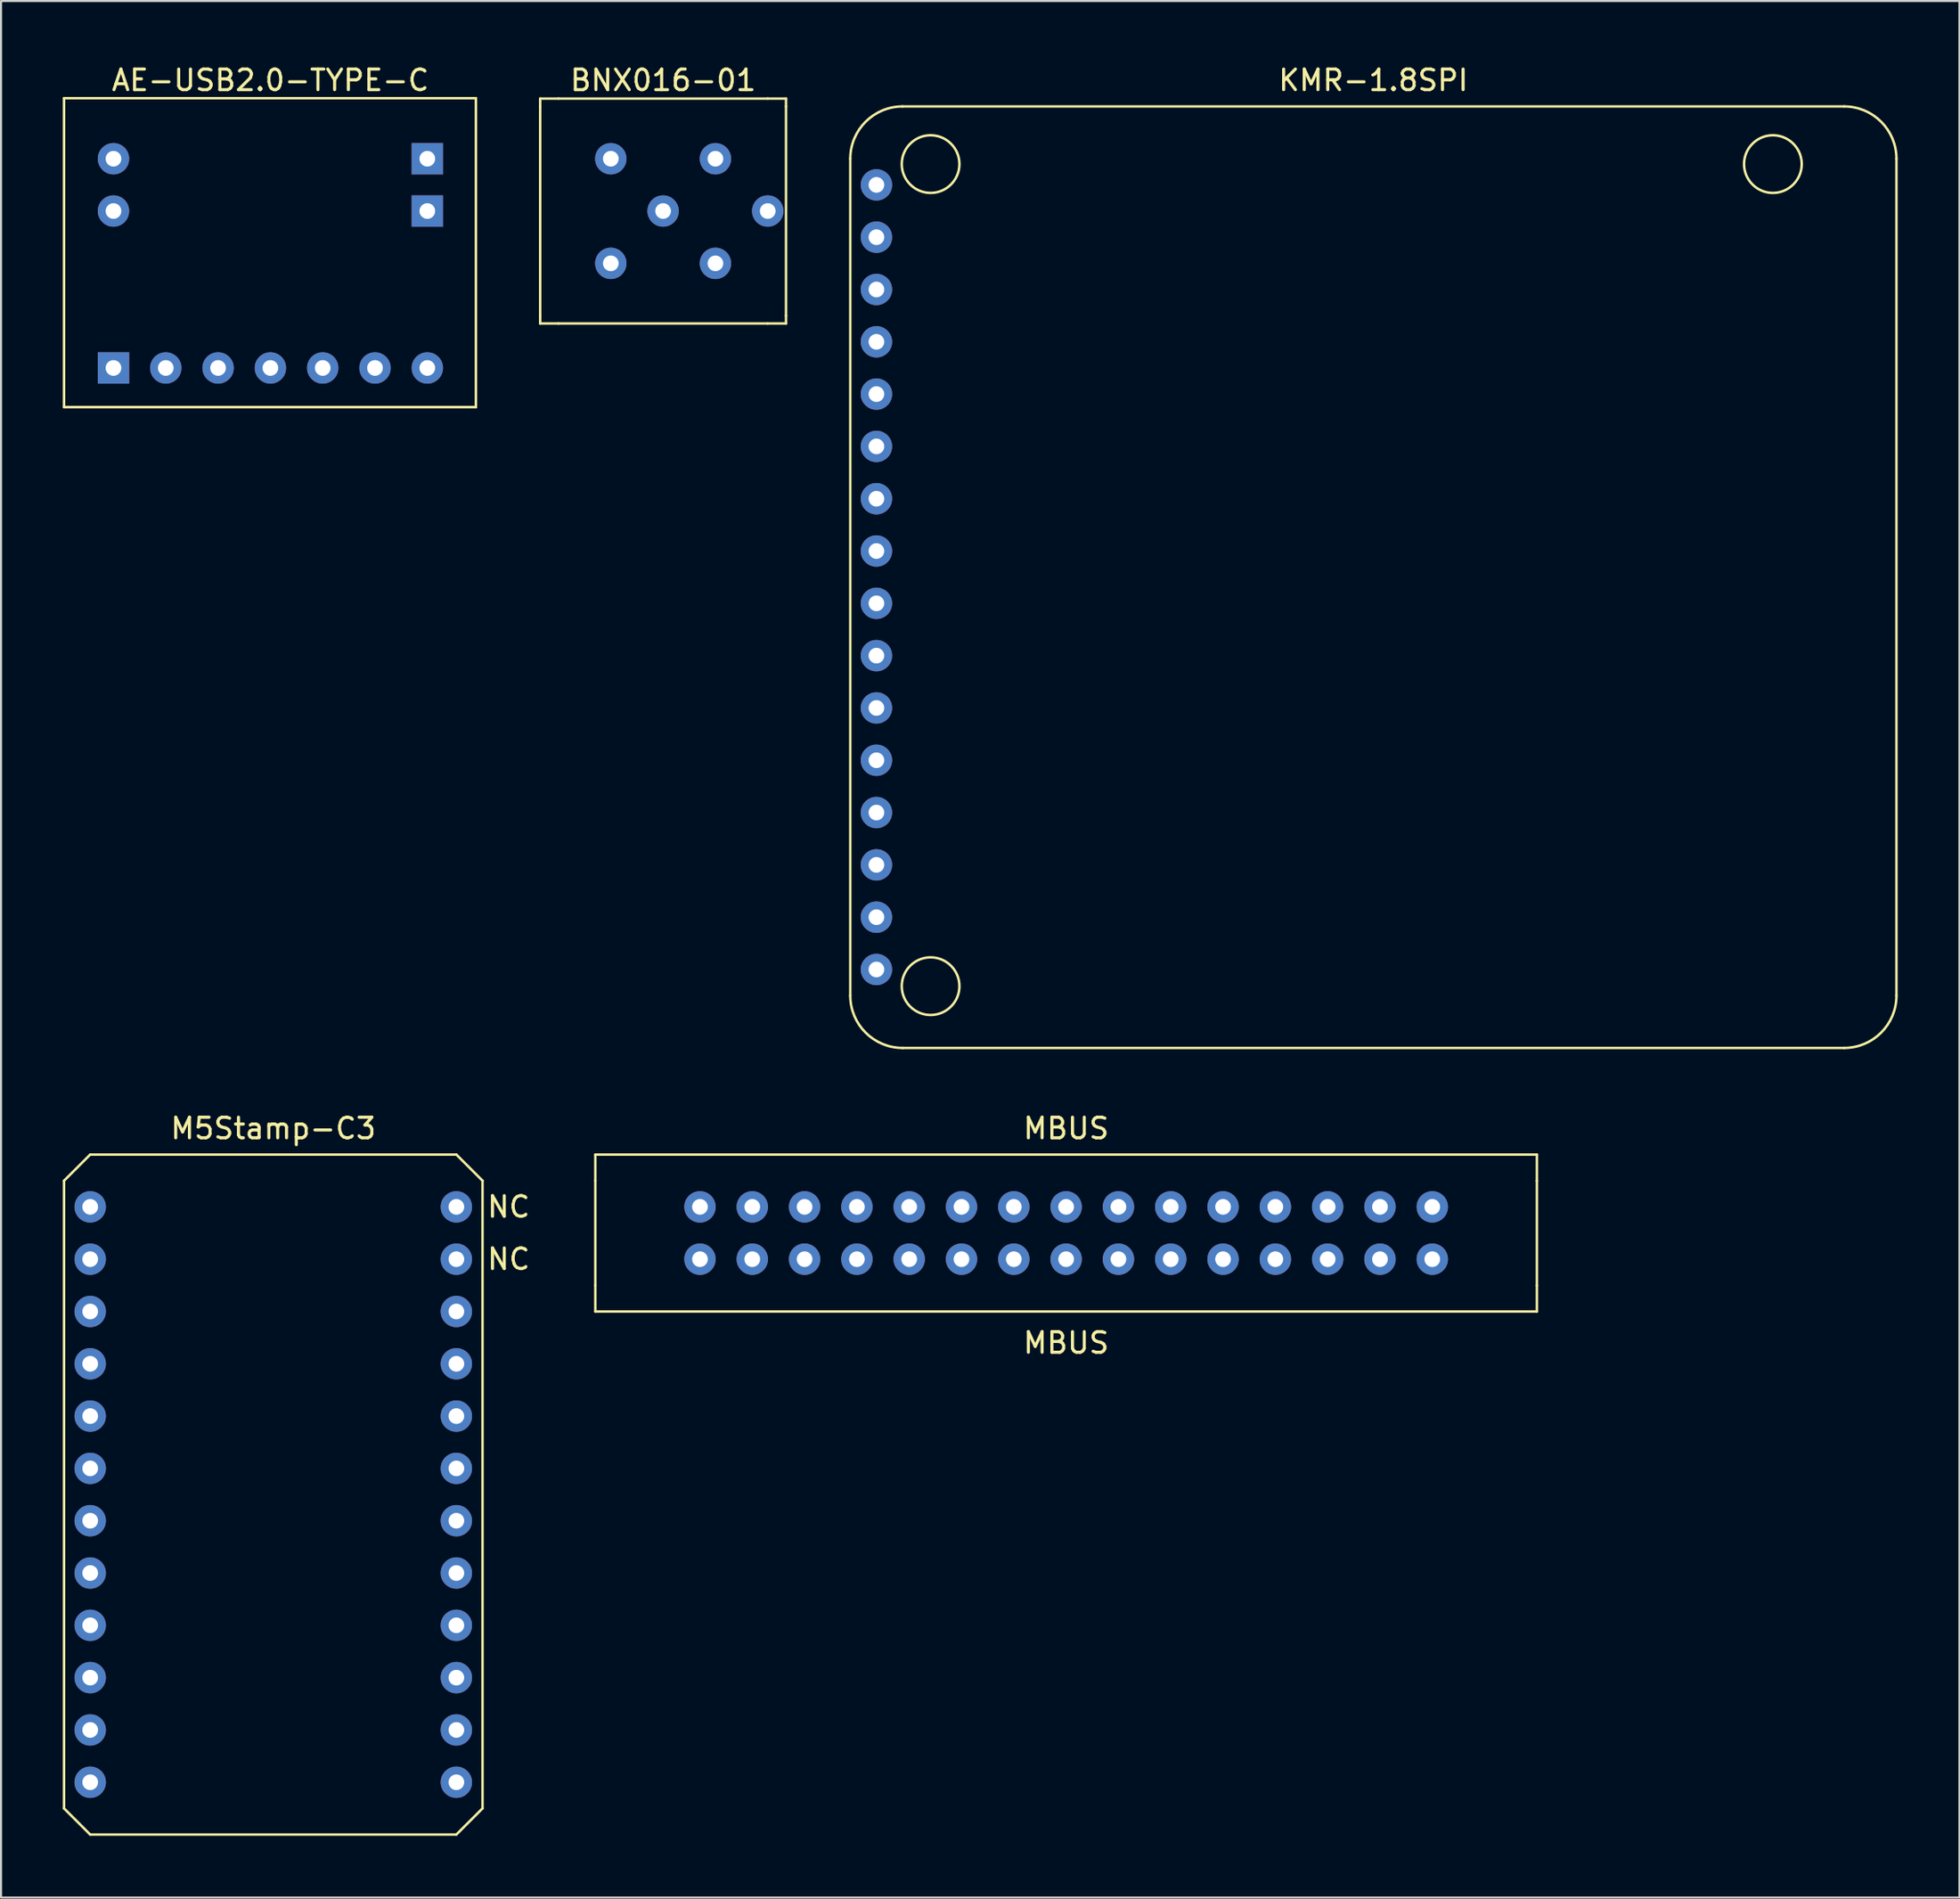
<source format=kicad_pcb>
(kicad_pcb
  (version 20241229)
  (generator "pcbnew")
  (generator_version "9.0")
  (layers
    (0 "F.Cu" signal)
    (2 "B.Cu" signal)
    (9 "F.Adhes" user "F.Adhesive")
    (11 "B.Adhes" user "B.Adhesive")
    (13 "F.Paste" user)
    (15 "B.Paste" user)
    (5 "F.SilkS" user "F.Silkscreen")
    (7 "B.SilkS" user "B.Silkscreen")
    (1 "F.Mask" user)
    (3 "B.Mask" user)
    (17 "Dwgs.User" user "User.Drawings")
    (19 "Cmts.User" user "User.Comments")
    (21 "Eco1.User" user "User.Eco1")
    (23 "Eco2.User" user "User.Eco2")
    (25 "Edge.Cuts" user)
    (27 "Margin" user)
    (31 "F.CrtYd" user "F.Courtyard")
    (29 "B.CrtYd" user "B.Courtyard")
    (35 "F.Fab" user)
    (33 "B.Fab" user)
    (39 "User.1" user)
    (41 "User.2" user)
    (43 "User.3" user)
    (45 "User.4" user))
  (footprint "BNX016-01"
    (layer "F.Cu")
    (at 29.149 7.198)
    (property "Reference" "BNX016-01" (at 0 -6.35 0) (layer "F.SilkS") (effects (font (size 1 1) (thickness 0.15))))
    (attr through_hole)
    (fp_line (start -5.969 -5.461) (end -5.08 -5.461) (stroke (width 0.12) (type solid)) (layer "F.SilkS"))
    (fp_line (start -5.969 -5.08) (end -5.969 -5.461) (stroke (width 0.12) (type solid)) (layer "F.SilkS"))
    (fp_line (start -5.969 -5.08) (end -5.969 5.08) (stroke (width 0.12) (type solid)) (layer "F.SilkS"))
    (fp_line (start -5.969 5.461) (end -5.969 5.08) (stroke (width 0.12) (type solid)) (layer "F.SilkS"))
    (fp_line (start -5.08 -5.461) (end 5.08 -5.461) (stroke (width 0.12) (type solid)) (layer "F.SilkS"))
    (fp_line (start -5.08 5.461) (end -5.969 5.461) (stroke (width 0.12) (type solid)) (layer "F.SilkS"))
    (fp_line (start 5.08 -5.461) (end 5.969 -5.461) (stroke (width 0.12) (type solid)) (layer "F.SilkS"))
    (fp_line (start 5.08 5.461) (end -5.08 5.461) (stroke (width 0.12) (type solid)) (layer "F.SilkS"))
    (fp_line (start 5.969 -5.461) (end 5.969 -5.08) (stroke (width 0.12) (type solid)) (layer "F.SilkS"))
    (fp_line (start 5.969 -5.08) (end 5.969 5.08) (stroke (width 0.12) (type solid)) (layer "F.SilkS"))
    (fp_line (start 5.969 5.08) (end 5.969 5.461) (stroke (width 0.12) (type solid)) (layer "F.SilkS"))
    (fp_line (start 5.969 5.461) (end 5.08 5.461) (stroke (width 0.12) (type solid)) (layer "F.SilkS"))
    (pad "1" thru_hole circle (at 2.54 -2.54) (size 1.524 1.524) (drill 0.762) (layers "*.Cu" "*.Mask"))
    (pad "2" thru_hole circle (at 2.54 2.54) (size 1.524 1.524) (drill 0.762) (layers "*.Cu" "*.Mask"))
    (pad "3" thru_hole circle (at -2.54 -2.54) (size 1.524 1.524) (drill 0.762) (layers "*.Cu" "*.Mask"))
    (pad "4" thru_hole circle (at -2.54 2.54) (size 1.524 1.524) (drill 0.762) (layers "*.Cu" "*.Mask"))
    (pad "5" thru_hole circle (at 0 0) (size 1.524 1.524) (drill 0.762) (layers "*.Cu" "*.Mask"))
    (pad "6" thru_hole circle (at 5.08 0) (size 1.524 1.524) (drill 0.762) (layers "*.Cu" "*.Mask")))
  (footprint "KMR-1.8SPI"
    (layer "F.Cu")
    (at 63.638 24.978)
    (property "Reference" "KMR-1.8SPI" (at 0 -24.13 0) (layer "F.SilkS") (effects (font (size 1 1) (thickness 0.15))))
    (attr through_hole)
    (fp_line (start -25.4 20.32) (end -25.4 -20.32) (stroke (width 0.12) (type solid)) (layer "F.SilkS"))
    (fp_line (start -22.86 -22.86) (end 22.86 -22.86) (stroke (width 0.12) (type solid)) (layer "F.SilkS"))
    (fp_line (start 22.86 22.86) (end -22.86 22.86) (stroke (width 0.12) (type solid)) (layer "F.SilkS"))
    (fp_line (start 25.4 -20.32) (end 25.4 20.32) (stroke (width 0.12) (type solid)) (layer "F.SilkS"))
    (fp_arc (start -25.4 -20.32) (mid -24.656051 -22.116051) (end -22.86 -22.86) (stroke (width 0.12) (type solid)) (layer "F.SilkS"))
    (fp_arc (start -22.86 22.86) (mid -24.656051 22.116051) (end -25.4 20.32) (stroke (width 0.12) (type solid)) (layer "F.SilkS"))
    (fp_arc (start 22.86 -22.86) (mid 24.656051 -22.116051) (end 25.4 -20.32) (stroke (width 0.12) (type solid)) (layer "F.SilkS"))
    (fp_arc (start 25.4 20.32) (mid 24.656051 22.116051) (end 22.86 22.86) (stroke (width 0.12) (type solid)) (layer "F.SilkS"))
    (fp_circle (center -21.5 -20.06) (end -21.5 -18.66) (stroke (width 0.12) (type solid)) (fill no) (layer "F.SilkS"))
    (fp_circle (center -21.5 19.86) (end -21.5 21.26) (stroke (width 0.12) (type solid)) (fill no) (layer "F.SilkS"))
    (fp_circle (center 19.4 -20.06) (end 19.4 -18.66) (stroke (width 0.12) (type solid)) (fill no) (layer "F.SilkS"))
    (pad "1" thru_hole circle (at -24.13 -19.05) (size 1.524 1.524) (drill 0.762) (layers "*.Cu" "*.Mask"))
    (pad "2" thru_hole circle (at -24.13 -16.51) (size 1.524 1.524) (drill 0.762) (layers "*.Cu" "*.Mask"))
    (pad "3" thru_hole circle (at -24.13 -13.97) (size 1.524 1.524) (drill 0.762) (layers "*.Cu" "*.Mask"))
    (pad "4" thru_hole circle (at -24.13 -11.43) (size 1.524 1.524) (drill 0.762) (layers "*.Cu" "*.Mask"))
    (pad "5" thru_hole circle (at -24.13 -8.89) (size 1.524 1.524) (drill 0.762) (layers "*.Cu" "*.Mask"))
    (pad "6" thru_hole circle (at -24.13 -6.35) (size 1.524 1.524) (drill 0.762) (layers "*.Cu" "*.Mask"))
    (pad "7" thru_hole circle (at -24.13 -3.81) (size 1.524 1.524) (drill 0.762) (layers "*.Cu" "*.Mask"))
    (pad "8" thru_hole circle (at -24.13 -1.27) (size 1.524 1.524) (drill 0.762) (layers "*.Cu" "*.Mask"))
    (pad "9" thru_hole circle (at -24.13 1.27) (size 1.524 1.524) (drill 0.762) (layers "*.Cu" "*.Mask"))
    (pad "10" thru_hole circle (at -24.13 3.81) (size 1.524 1.524) (drill 0.762) (layers "*.Cu" "*.Mask"))
    (pad "11" thru_hole circle (at -24.13 6.35) (size 1.524 1.524) (drill 0.762) (layers "*.Cu" "*.Mask"))
    (pad "12" thru_hole circle (at -24.13 8.89) (size 1.524 1.524) (drill 0.762) (layers "*.Cu" "*.Mask"))
    (pad "13" thru_hole circle (at -24.13 11.43) (size 1.524 1.524) (drill 0.762) (layers "*.Cu" "*.Mask"))
    (pad "14" thru_hole circle (at -24.13 13.97) (size 1.524 1.524) (drill 0.762) (layers "*.Cu" "*.Mask"))
    (pad "15" thru_hole circle (at -24.13 16.51) (size 1.524 1.524) (drill 0.762) (layers "*.Cu" "*.Mask"))
    (pad "16" thru_hole circle (at -24.13 19.05) (size 1.524 1.524) (drill 0.762) (layers "*.Cu" "*.Mask")))
  (footprint "M5Stamp-C3"
    (layer "F.Cu")
    (at 10.22 69.526)
    (property "Reference" "M5Stamp-C3" (at 0 -17.78 0) (layer "F.SilkS") (effects (font (size 1 1) (thickness 0.15))))
    (attr through_hole)
    (fp_line (start -10.16 -15.24) (end -8.89 -16.51) (stroke (width 0.12) (type solid)) (layer "F.SilkS"))
    (fp_line (start -10.16 15.24) (end -10.16 -15.24) (stroke (width 0.12) (type solid)) (layer "F.SilkS"))
    (fp_line (start -10.16 15.24) (end -8.89 16.51) (stroke (width 0.12) (type solid)) (layer "F.SilkS"))
    (fp_line (start -8.89 -16.51) (end 8.89 -16.51) (stroke (width 0.12) (type solid)) (layer "F.SilkS"))
    (fp_line (start 8.89 -16.51) (end 10.16 -15.24) (stroke (width 0.12) (type solid)) (layer "F.SilkS"))
    (fp_line (start 8.89 16.51) (end -8.89 16.51) (stroke (width 0.12) (type solid)) (layer "F.SilkS"))
    (fp_line (start 10.16 -15.24) (end 10.16 15.24) (stroke (width 0.12) (type solid)) (layer "F.SilkS"))
    (fp_line (start 10.16 15.24) (end 8.89 16.51) (stroke (width 0.12) (type solid)) (layer "F.SilkS"))
    (fp_text user "NC" (at 11.43 -13.97 0) (layer "F.SilkS") (effects (font (size 1 1) (thickness 0.15))))
    (fp_text user "NC" (at 11.43 -11.43 0) (layer "F.SilkS") (effects (font (size 1 1) (thickness 0.15))))
    (pad "1" thru_hole circle (at -8.89 -13.97) (size 1.524 1.524) (drill 0.762) (layers "*.Cu" "*.Mask"))
    (pad "2" thru_hole circle (at -8.89 -11.43) (size 1.524 1.524) (drill 0.762) (layers "*.Cu" "*.Mask"))
    (pad "3" thru_hole circle (at -8.89 -8.89) (size 1.524 1.524) (drill 0.762) (layers "*.Cu" "*.Mask"))
    (pad "4" thru_hole circle (at -8.89 -6.35) (size 1.524 1.524) (drill 0.762) (layers "*.Cu" "*.Mask"))
    (pad "5" thru_hole circle (at -8.89 -3.81) (size 1.524 1.524) (drill 0.762) (layers "*.Cu" "*.Mask"))
    (pad "6" thru_hole circle (at -8.89 -1.27) (size 1.524 1.524) (drill 0.762) (layers "*.Cu" "*.Mask"))
    (pad "7" thru_hole circle (at -8.89 1.27) (size 1.524 1.524) (drill 0.762) (layers "*.Cu" "*.Mask"))
    (pad "8" thru_hole circle (at -8.89 3.81) (size 1.524 1.524) (drill 0.762) (layers "*.Cu" "*.Mask"))
    (pad "9" thru_hole circle (at -8.89 6.35) (size 1.524 1.524) (drill 0.762) (layers "*.Cu" "*.Mask"))
    (pad "10" thru_hole circle (at -8.89 8.89) (size 1.524 1.524) (drill 0.762) (layers "*.Cu" "*.Mask"))
    (pad "11" thru_hole circle (at -8.89 11.43) (size 1.524 1.524) (drill 0.762) (layers "*.Cu" "*.Mask"))
    (pad "12" thru_hole circle (at -8.89 13.97) (size 1.524 1.524) (drill 0.762) (layers "*.Cu" "*.Mask"))
    (pad "13" thru_hole circle (at 8.89 13.97) (size 1.524 1.524) (drill 0.762) (layers "*.Cu" "*.Mask"))
    (pad "14" thru_hole circle (at 8.89 11.43) (size 1.524 1.524) (drill 0.762) (layers "*.Cu" "*.Mask"))
    (pad "15" thru_hole circle (at 8.89 8.89) (size 1.524 1.524) (drill 0.762) (layers "*.Cu" "*.Mask"))
    (pad "16" thru_hole circle (at 8.89 6.35) (size 1.524 1.524) (drill 0.762) (layers "*.Cu" "*.Mask"))
    (pad "17" thru_hole circle (at 8.89 3.81) (size 1.524 1.524) (drill 0.762) (layers "*.Cu" "*.Mask"))
    (pad "18" thru_hole circle (at 8.89 1.27) (size 1.524 1.524) (drill 0.762) (layers "*.Cu" "*.Mask"))
    (pad "19" thru_hole circle (at 8.89 -1.27) (size 1.524 1.524) (drill 0.762) (layers "*.Cu" "*.Mask"))
    (pad "20" thru_hole circle (at 8.89 -3.81) (size 1.524 1.524) (drill 0.762) (layers "*.Cu" "*.Mask"))
    (pad "21" thru_hole circle (at 8.89 -6.35) (size 1.524 1.524) (drill 0.762) (layers "*.Cu" "*.Mask"))
    (pad "22" thru_hole circle (at 8.89 -8.89) (size 1.524 1.524) (drill 0.762) (layers "*.Cu" "*.Mask"))
    (pad "23" thru_hole circle (at 8.89 -11.43) (size 1.524 1.524) (drill 0.762) (layers "*.Cu" "*.Mask"))
    (pad "24" thru_hole circle (at 8.89 -13.97) (size 1.524 1.524) (drill 0.762) (layers "*.Cu" "*.Mask")))
  (footprint "AE-USB2.0-TYPE-C"
    (layer "F.Cu")
    (at 10.08 8.468)
    (property "Reference" "AE-USB2.0-TYPE-C" (at 0 -7.62 0) (layer "F.SilkS") (effects (font (size 1 1) (thickness 0.15))))
    (attr through_hole)
    (fp_line (start -10.02 -6.75) (end 9.98 -6.75) (stroke (width 0.12) (type solid)) (layer "F.SilkS"))
    (fp_line (start -10.02 8.25) (end -10.02 -6.75) (stroke (width 0.12) (type solid)) (layer "F.SilkS"))
    (fp_line (start 9.98 -6.75) (end 9.98 8.25) (stroke (width 0.12) (type solid)) (layer "F.SilkS"))
    (fp_line (start 9.98 8.25) (end -10.02 8.25) (stroke (width 0.12) (type solid)) (layer "F.SilkS"))
    (pad "" thru_hole circle (at -7.62 -3.81) (size 1.524 1.524) (drill 0.762) (layers "*.Cu" "*.Mask"))
    (pad "" thru_hole circle (at -7.62 -1.27) (size 1.524 1.524) (drill 0.762) (layers "*.Cu" "*.Mask"))
    (pad "" thru_hole rect (at 7.62 -3.81) (size 1.524 1.524) (drill 0.762) (layers "*.Cu" "*.Mask"))
    (pad "" thru_hole rect (at 7.62 -1.27) (size 1.524 1.524) (drill 0.762) (layers "*.Cu" "*.Mask"))
    (pad "1" thru_hole rect (at -7.62 6.35) (size 1.524 1.524) (drill 0.762) (layers "*.Cu" "*.Mask"))
    (pad "2" thru_hole circle (at -5.08 6.35) (size 1.524 1.524) (drill 0.762) (layers "*.Cu" "*.Mask"))
    (pad "3" thru_hole circle (at -2.54 6.35) (size 1.524 1.524) (drill 0.762) (layers "*.Cu" "*.Mask"))
    (pad "4" thru_hole circle (at 0 6.35) (size 1.524 1.524) (drill 0.762) (layers "*.Cu" "*.Mask"))
    (pad "5" thru_hole circle (at 2.54 6.35) (size 1.524 1.524) (drill 0.762) (layers "*.Cu" "*.Mask"))
    (pad "6" thru_hole circle (at 5.08 6.35) (size 1.524 1.524) (drill 0.762) (layers "*.Cu" "*.Mask"))
    (pad "7" thru_hole circle (at 7.62 6.35) (size 1.524 1.524) (drill 0.762) (layers "*.Cu" "*.Mask")))
  (footprint "MBUS"
    (layer "F.Cu")
    (at 48.719 55.556)
    (property "Reference" "MBUS" (at 0 -3.81 0) (layer "F.SilkS") (effects (font (size 1 1) (thickness 0.15))))
    (attr through_hole)
    (fp_line (start -22.86 -2.54) (end -22.86 -1.27) (stroke (width 0.12) (type solid)) (layer "F.SilkS"))
    (fp_line (start -22.86 -1.27) (end -22.86 3.81) (stroke (width 0.12) (type solid)) (layer "F.SilkS"))
    (fp_line (start -22.86 5.08) (end -22.86 3.81) (stroke (width 0.12) (type solid)) (layer "F.SilkS"))
    (fp_line (start 22.86 -2.54) (end -22.86 -2.54) (stroke (width 0.12) (type solid)) (layer "F.SilkS"))
    (fp_line (start 22.86 -1.27) (end 22.86 -2.54) (stroke (width 0.12) (type solid)) (layer "F.SilkS"))
    (fp_line (start 22.86 -1.27) (end 22.86 3.81) (stroke (width 0.12) (type solid)) (layer "F.SilkS"))
    (fp_line (start 22.86 3.81) (end 22.86 5.08) (stroke (width 0.12) (type solid)) (layer "F.SilkS"))
    (fp_line (start 22.86 5.08) (end -22.86 5.08) (stroke (width 0.12) (type solid)) (layer "F.SilkS"))
    (fp_text user "MBUS" (at 0 6.604 0) (layer "F.SilkS") (effects (font (size 1 1) (thickness 0.15))))
    (pad "1" thru_hole circle (at -17.78 2.54) (size 1.524 1.524) (drill 0.762) (layers "*.Cu" "*.Mask"))
    (pad "2" thru_hole circle (at -15.24 2.54) (size 1.524 1.524) (drill 0.762) (layers "*.Cu" "*.Mask"))
    (pad "3" thru_hole circle (at -12.7 2.54) (size 1.524 1.524) (drill 0.762) (layers "*.Cu" "*.Mask"))
    (pad "4" thru_hole circle (at -10.16 2.54) (size 1.524 1.524) (drill 0.762) (layers "*.Cu" "*.Mask"))
    (pad "5" thru_hole circle (at -7.62 2.54) (size 1.524 1.524) (drill 0.762) (layers "*.Cu" "*.Mask"))
    (pad "6" thru_hole circle (at -5.08 2.54) (size 1.524 1.524) (drill 0.762) (layers "*.Cu" "*.Mask"))
    (pad "7" thru_hole circle (at -2.54 2.54) (size 1.524 1.524) (drill 0.762) (layers "*.Cu" "*.Mask"))
    (pad "8" thru_hole circle (at 0 2.54) (size 1.524 1.524) (drill 0.762) (layers "*.Cu" "*.Mask"))
    (pad "9" thru_hole circle (at 2.54 2.54) (size 1.524 1.524) (drill 0.762) (layers "*.Cu" "*.Mask"))
    (pad "10" thru_hole circle (at 5.08 2.54) (size 1.524 1.524) (drill 0.762) (layers "*.Cu" "*.Mask"))
    (pad "11" thru_hole circle (at 7.62 2.54) (size 1.524 1.524) (drill 0.762) (layers "*.Cu" "*.Mask"))
    (pad "12" thru_hole circle (at 10.16 2.54) (size 1.524 1.524) (drill 0.762) (layers "*.Cu" "*.Mask"))
    (pad "13" thru_hole circle (at 12.7 2.54) (size 1.524 1.524) (drill 0.762) (layers "*.Cu" "*.Mask"))
    (pad "14" thru_hole circle (at 15.24 2.54) (size 1.524 1.524) (drill 0.762) (layers "*.Cu" "*.Mask"))
    (pad "15" thru_hole circle (at 17.78 2.54) (size 1.524 1.524) (drill 0.762) (layers "*.Cu" "*.Mask"))
    (pad "16" thru_hole circle (at 17.78 0) (size 1.524 1.524) (drill 0.762) (layers "*.Cu" "*.Mask"))
    (pad "17" thru_hole circle (at 15.24 0) (size 1.524 1.524) (drill 0.762) (layers "*.Cu" "*.Mask"))
    (pad "18" thru_hole circle (at 12.7 0) (size 1.524 1.524) (drill 0.762) (layers "*.Cu" "*.Mask"))
    (pad "19" thru_hole circle (at 10.16 0) (size 1.524 1.524) (drill 0.762) (layers "*.Cu" "*.Mask"))
    (pad "20" thru_hole circle (at 7.62 0) (size 1.524 1.524) (drill 0.762) (layers "*.Cu" "*.Mask"))
    (pad "21" thru_hole circle (at 5.08 0) (size 1.524 1.524) (drill 0.762) (layers "*.Cu" "*.Mask"))
    (pad "22" thru_hole circle (at 2.54 0) (size 1.524 1.524) (drill 0.762) (layers "*.Cu" "*.Mask"))
    (pad "23" thru_hole circle (at 0 0) (size 1.524 1.524) (drill 0.762) (layers "*.Cu" "*.Mask"))
    (pad "24" thru_hole circle (at -2.54 0) (size 1.524 1.524) (drill 0.762) (layers "*.Cu" "*.Mask"))
    (pad "25" thru_hole circle (at -5.08 0) (size 1.524 1.524) (drill 0.762) (layers "*.Cu" "*.Mask"))
    (pad "26" thru_hole circle (at -7.62 0) (size 1.524 1.524) (drill 0.762) (layers "*.Cu" "*.Mask"))
    (pad "27" thru_hole circle (at -10.16 0) (size 1.524 1.524) (drill 0.762) (layers "*.Cu" "*.Mask"))
    (pad "28" thru_hole circle (at -12.7 0) (size 1.524 1.524) (drill 0.762) (layers "*.Cu" "*.Mask"))
    (pad "29" thru_hole circle (at -15.24 0) (size 1.524 1.524) (drill 0.762) (layers "*.Cu" "*.Mask"))
    (pad "30" thru_hole circle (at -17.78 0) (size 1.524 1.524) (drill 0.762) (layers "*.Cu" "*.Mask")))
  (gr_rect
    (start -3 -3)
    (end 92.098 89.097)
    (stroke (width 0.1) (type default))
    (fill no)
    (layer "Edge.Cuts")))
</source>
